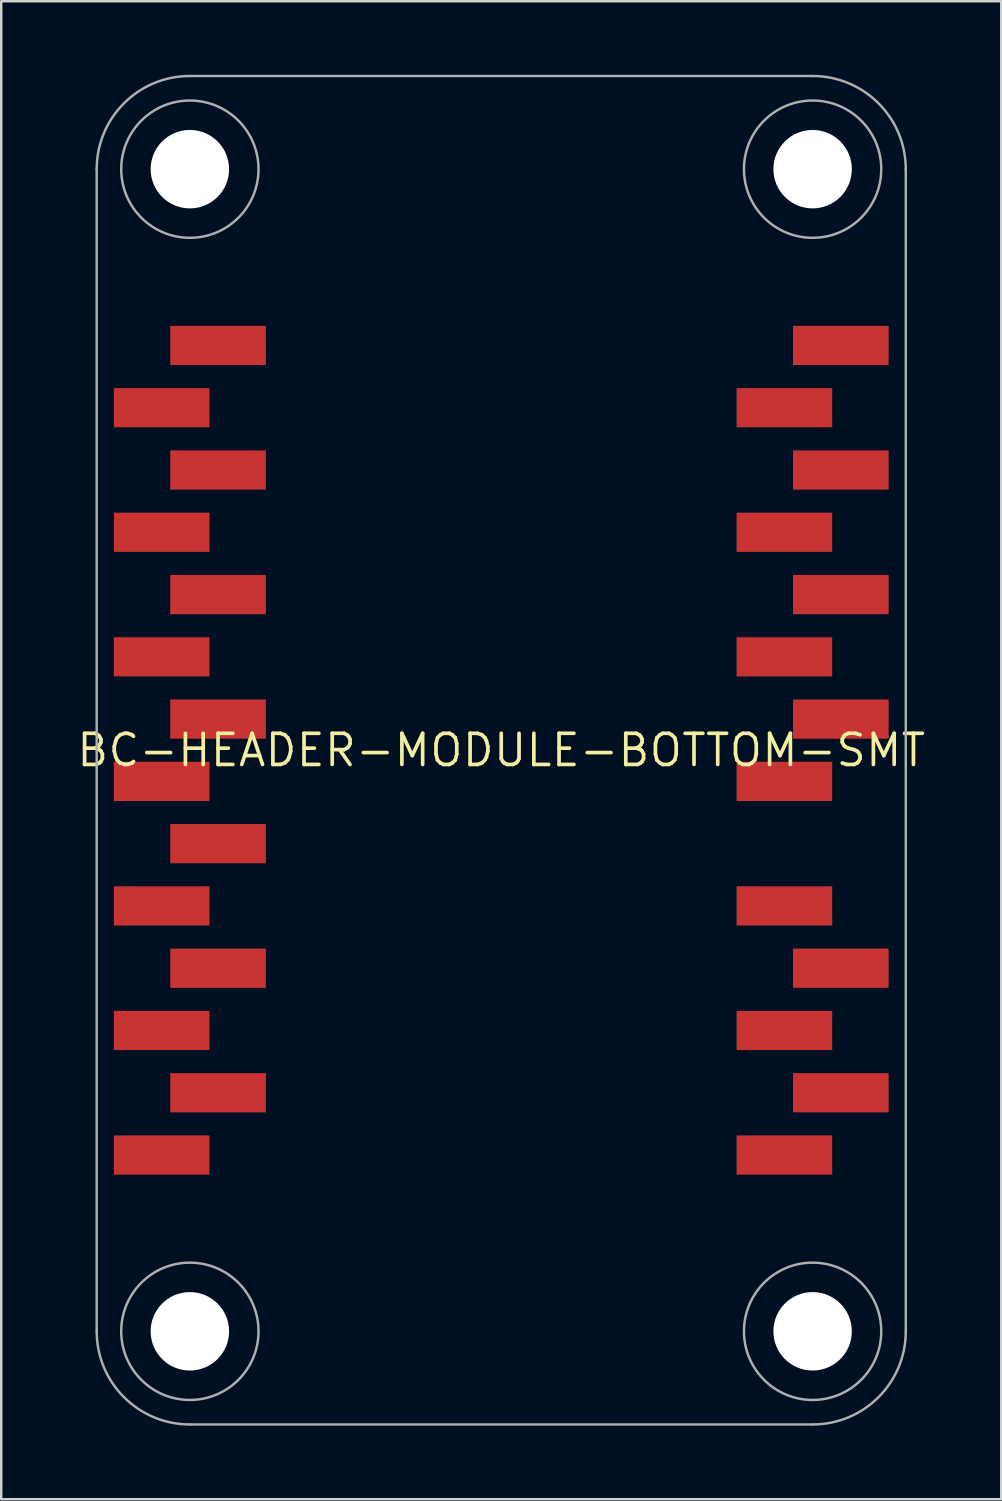
<source format=kicad_pcb>
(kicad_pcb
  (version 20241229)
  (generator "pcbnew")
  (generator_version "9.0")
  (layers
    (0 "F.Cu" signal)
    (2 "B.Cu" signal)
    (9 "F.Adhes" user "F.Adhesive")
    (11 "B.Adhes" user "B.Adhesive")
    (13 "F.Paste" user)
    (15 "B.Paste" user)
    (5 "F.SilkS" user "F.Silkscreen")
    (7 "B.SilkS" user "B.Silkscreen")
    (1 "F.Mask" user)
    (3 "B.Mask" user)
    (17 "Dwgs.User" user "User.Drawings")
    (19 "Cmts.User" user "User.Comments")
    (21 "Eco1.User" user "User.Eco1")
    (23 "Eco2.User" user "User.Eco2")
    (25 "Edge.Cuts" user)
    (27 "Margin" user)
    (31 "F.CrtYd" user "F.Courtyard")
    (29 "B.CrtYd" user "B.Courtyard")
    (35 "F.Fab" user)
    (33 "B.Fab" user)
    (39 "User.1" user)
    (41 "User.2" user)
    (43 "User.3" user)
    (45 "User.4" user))
  (footprint "BC-HEADER-MODULE-BOTTOM-SMT"
    (layer "F.Cu")
    (at 17.394 27.55)
    (property "Reference" "BC-HEADER-MODULE-BOTTOM-SMT" (at 0 0 0) (unlocked yes) (layer "F.SilkS") (effects (font (size 1.27 1.27) (thickness 0.15))))
    (fp_poly (pts (xy -11.9 -13.17) (xy -15.8 -13.17) (xy -15.8 -14.77) (xy -11.9 -14.77)) (stroke (width 0) (type default)) (fill yes) (layer "F.Cu"))
    (fp_poly (pts (xy -11.9 -8.09) (xy -15.8 -8.09) (xy -15.8 -9.69) (xy -11.9 -9.69)) (stroke (width 0) (type default)) (fill yes) (layer "F.Cu"))
    (fp_poly (pts (xy -11.9 -3.01) (xy -15.8 -3.01) (xy -15.8 -4.61) (xy -11.9 -4.61)) (stroke (width 0) (type default)) (fill yes) (layer "F.Cu"))
    (fp_poly (pts (xy -11.9 2.07) (xy -15.8 2.07) (xy -15.8 0.47) (xy -11.9 0.47)) (stroke (width 0) (type default)) (fill yes) (layer "F.Cu"))
    (fp_poly (pts (xy -11.9 7.15) (xy -15.8 7.15) (xy -15.8 5.55) (xy -11.9 5.55)) (stroke (width 0) (type default)) (fill yes) (layer "F.Cu"))
    (fp_poly (pts (xy -11.9 12.23) (xy -15.8 12.23) (xy -15.8 10.63) (xy -11.9 10.63)) (stroke (width 0) (type default)) (fill yes) (layer "F.Cu"))
    (fp_poly (pts (xy -11.9 17.31) (xy -15.8 17.31) (xy -15.8 15.71) (xy -11.9 15.71)) (stroke (width 0) (type default)) (fill yes) (layer "F.Cu"))
    (fp_poly (pts (xy -9.6 -15.71) (xy -13.5 -15.71) (xy -13.5 -17.31) (xy -9.6 -17.31)) (stroke (width 0) (type default)) (fill yes) (layer "F.Cu"))
    (fp_poly (pts (xy -9.6 -10.63) (xy -13.5 -10.63) (xy -13.5 -12.23) (xy -9.6 -12.23)) (stroke (width 0) (type default)) (fill yes) (layer "F.Cu"))
    (fp_poly (pts (xy -9.6 -5.55) (xy -13.5 -5.55) (xy -13.5 -7.15) (xy -9.6 -7.15)) (stroke (width 0) (type default)) (fill yes) (layer "F.Cu"))
    (fp_poly (pts (xy -9.6 -0.47) (xy -13.5 -0.47) (xy -13.5 -2.07) (xy -9.6 -2.07)) (stroke (width 0) (type default)) (fill yes) (layer "F.Cu"))
    (fp_poly (pts (xy -9.6 4.61) (xy -13.5 4.61) (xy -13.5 3.01) (xy -9.6 3.01)) (stroke (width 0) (type default)) (fill yes) (layer "F.Cu"))
    (fp_poly (pts (xy -9.6 9.69) (xy -13.5 9.69) (xy -13.5 8.09) (xy -9.6 8.09)) (stroke (width 0) (type default)) (fill yes) (layer "F.Cu"))
    (fp_poly (pts (xy -9.6 14.77) (xy -13.5 14.77) (xy -13.5 13.17) (xy -9.6 13.17)) (stroke (width 0) (type default)) (fill yes) (layer "F.Cu"))
    (fp_poly (pts (xy 13.5 -13.17) (xy 9.6 -13.17) (xy 9.6 -14.77) (xy 13.5 -14.77)) (stroke (width 0) (type default)) (fill yes) (layer "F.Cu"))
    (fp_poly (pts (xy 13.5 -8.09) (xy 9.6 -8.09) (xy 9.6 -9.69) (xy 13.5 -9.69)) (stroke (width 0) (type default)) (fill yes) (layer "F.Cu"))
    (fp_poly (pts (xy 13.5 -3.01) (xy 9.6 -3.01) (xy 9.6 -4.61) (xy 13.5 -4.61)) (stroke (width 0) (type default)) (fill yes) (layer "F.Cu"))
    (fp_poly (pts (xy 13.5 2.07) (xy 9.6 2.07) (xy 9.6 0.47) (xy 13.5 0.47)) (stroke (width 0) (type default)) (fill yes) (layer "F.Cu"))
    (fp_poly (pts (xy 13.5 7.15) (xy 9.6 7.15) (xy 9.6 5.55) (xy 13.5 5.55)) (stroke (width 0) (type default)) (fill yes) (layer "F.Cu"))
    (fp_poly (pts (xy 13.5 12.23) (xy 9.6 12.23) (xy 9.6 10.63) (xy 13.5 10.63)) (stroke (width 0) (type default)) (fill yes) (layer "F.Cu"))
    (fp_poly (pts (xy 13.5 17.31) (xy 9.6 17.31) (xy 9.6 15.71) (xy 13.5 15.71)) (stroke (width 0) (type default)) (fill yes) (layer "F.Cu"))
    (fp_poly (pts (xy 15.8 -15.71) (xy 11.9 -15.71) (xy 11.9 -17.31) (xy 15.8 -17.31)) (stroke (width 0) (type default)) (fill yes) (layer "F.Cu"))
    (fp_poly (pts (xy 15.8 -10.63) (xy 11.9 -10.63) (xy 11.9 -12.23) (xy 15.8 -12.23)) (stroke (width 0) (type default)) (fill yes) (layer "F.Cu"))
    (fp_poly (pts (xy 15.8 -5.55) (xy 11.9 -5.55) (xy 11.9 -7.15) (xy 15.8 -7.15)) (stroke (width 0) (type default)) (fill yes) (layer "F.Cu"))
    (fp_poly (pts (xy 15.8 -0.47) (xy 11.9 -0.47) (xy 11.9 -2.07) (xy 15.8 -2.07)) (stroke (width 0) (type default)) (fill yes) (layer "F.Cu"))
    (fp_poly (pts (xy 15.8 9.69) (xy 11.9 9.69) (xy 11.9 8.09) (xy 15.8 8.09)) (stroke (width 0) (type default)) (fill yes) (layer "F.Cu"))
    (fp_poly (pts (xy 15.8 14.77) (xy 11.9 14.77) (xy 11.9 13.17) (xy 15.8 13.17)) (stroke (width 0) (type default)) (fill yes) (layer "F.Cu"))
    (fp_poly (pts (xy -15.9 -13.07) (xy -11.8 -13.07) (xy -11.8 -14.87) (xy -15.9 -14.87)) (stroke (width 0) (type default)) (fill yes) (layer "F.Mask"))
    (fp_poly (pts (xy -15.9 -7.99) (xy -11.8 -7.99) (xy -11.8 -9.79) (xy -15.9 -9.79)) (stroke (width 0) (type default)) (fill yes) (layer "F.Mask"))
    (fp_poly (pts (xy -15.9 -2.91) (xy -11.8 -2.91) (xy -11.8 -4.71) (xy -15.9 -4.71)) (stroke (width 0) (type default)) (fill yes) (layer "F.Mask"))
    (fp_poly (pts (xy -15.9 2.17) (xy -11.8 2.17) (xy -11.8 0.37) (xy -15.9 0.37)) (stroke (width 0) (type default)) (fill yes) (layer "F.Mask"))
    (fp_poly (pts (xy -15.9 7.25) (xy -11.8 7.25) (xy -11.8 5.45) (xy -15.9 5.45)) (stroke (width 0) (type default)) (fill yes) (layer "F.Mask"))
    (fp_poly (pts (xy -15.9 12.33) (xy -11.8 12.33) (xy -11.8 10.53) (xy -15.9 10.53)) (stroke (width 0) (type default)) (fill yes) (layer "F.Mask"))
    (fp_poly (pts (xy -15.9 17.41) (xy -11.8 17.41) (xy -11.8 15.61) (xy -15.9 15.61)) (stroke (width 0) (type default)) (fill yes) (layer "F.Mask"))
    (fp_poly (pts (xy -9.5 -17.41) (xy -13.6 -17.41) (xy -13.6 -15.61) (xy -9.5 -15.61)) (stroke (width 0) (type default)) (fill yes) (layer "F.Mask"))
    (fp_poly (pts (xy -9.5 -12.33) (xy -13.6 -12.33) (xy -13.6 -10.53) (xy -9.5 -10.53)) (stroke (width 0) (type default)) (fill yes) (layer "F.Mask"))
    (fp_poly (pts (xy -9.5 -7.25) (xy -13.6 -7.25) (xy -13.6 -5.45) (xy -9.5 -5.45)) (stroke (width 0) (type default)) (fill yes) (layer "F.Mask"))
    (fp_poly (pts (xy -9.5 -2.17) (xy -13.6 -2.17) (xy -13.6 -0.37) (xy -9.5 -0.37)) (stroke (width 0) (type default)) (fill yes) (layer "F.Mask"))
    (fp_poly (pts (xy -9.5 2.91) (xy -13.6 2.91) (xy -13.6 4.71) (xy -9.5 4.71)) (stroke (width 0) (type default)) (fill yes) (layer "F.Mask"))
    (fp_poly (pts (xy -9.5 7.99) (xy -13.6 7.99) (xy -13.6 9.79) (xy -9.5 9.79)) (stroke (width 0) (type default)) (fill yes) (layer "F.Mask"))
    (fp_poly (pts (xy -9.5 13.07) (xy -13.6 13.07) (xy -13.6 14.87) (xy -9.5 14.87)) (stroke (width 0) (type default)) (fill yes) (layer "F.Mask"))
    (fp_poly (pts (xy 9.5 -13.07) (xy 13.6 -13.07) (xy 13.6 -14.87) (xy 9.5 -14.87)) (stroke (width 0) (type default)) (fill yes) (layer "F.Mask"))
    (fp_poly (pts (xy 9.5 -7.99) (xy 13.6 -7.99) (xy 13.6 -9.79) (xy 9.5 -9.79)) (stroke (width 0) (type default)) (fill yes) (layer "F.Mask"))
    (fp_poly (pts (xy 9.5 -2.91) (xy 13.6 -2.91) (xy 13.6 -4.71) (xy 9.5 -4.71)) (stroke (width 0) (type default)) (fill yes) (layer "F.Mask"))
    (fp_poly (pts (xy 9.5 2.17) (xy 13.6 2.17) (xy 13.6 0.37) (xy 9.5 0.37)) (stroke (width 0) (type default)) (fill yes) (layer "F.Mask"))
    (fp_poly (pts (xy 9.5 7.25) (xy 13.6 7.25) (xy 13.6 5.45) (xy 9.5 5.45)) (stroke (width 0) (type default)) (fill yes) (layer "F.Mask"))
    (fp_poly (pts (xy 9.5 12.33) (xy 13.6 12.33) (xy 13.6 10.53) (xy 9.5 10.53)) (stroke (width 0) (type default)) (fill yes) (layer "F.Mask"))
    (fp_poly (pts (xy 9.5 17.41) (xy 13.6 17.41) (xy 13.6 15.61) (xy 9.5 15.61)) (stroke (width 0) (type default)) (fill yes) (layer "F.Mask"))
    (fp_poly (pts (xy 15.9 -17.41) (xy 11.8 -17.41) (xy 11.8 -15.61) (xy 15.9 -15.61)) (stroke (width 0) (type default)) (fill yes) (layer "F.Mask"))
    (fp_poly (pts (xy 15.9 -12.33) (xy 11.8 -12.33) (xy 11.8 -10.53) (xy 15.9 -10.53)) (stroke (width 0) (type default)) (fill yes) (layer "F.Mask"))
    (fp_poly (pts (xy 15.9 -7.25) (xy 11.8 -7.25) (xy 11.8 -5.45) (xy 15.9 -5.45)) (stroke (width 0) (type default)) (fill yes) (layer "F.Mask"))
    (fp_poly (pts (xy 15.9 -2.17) (xy 11.8 -2.17) (xy 11.8 -0.37) (xy 15.9 -0.37)) (stroke (width 0) (type default)) (fill yes) (layer "F.Mask"))
    (fp_poly (pts (xy 15.9 7.99) (xy 11.8 7.99) (xy 11.8 9.79) (xy 15.9 9.79)) (stroke (width 0) (type default)) (fill yes) (layer "F.Mask"))
    (fp_poly (pts (xy 15.9 13.07) (xy 11.8 13.07) (xy 11.8 14.87) (xy 15.9 14.87)) (stroke (width 0) (type default)) (fill yes) (layer "F.Mask"))
    (fp_poly (pts (xy -15.7 -13.32) (xy -13.6 -13.32) (xy -13.6 -14.62) (xy -15.7 -14.62)) (stroke (width 0) (type default)) (fill yes) (layer "F.Paste"))
    (fp_poly (pts (xy -15.7 -8.24) (xy -13.6 -8.24) (xy -13.6 -9.54) (xy -15.7 -9.54)) (stroke (width 0) (type default)) (fill yes) (layer "F.Paste"))
    (fp_poly (pts (xy -15.7 -3.16) (xy -13.6 -3.16) (xy -13.6 -4.46) (xy -15.7 -4.46)) (stroke (width 0) (type default)) (fill yes) (layer "F.Paste"))
    (fp_poly (pts (xy -15.7 1.92) (xy -13.6 1.92) (xy -13.6 0.62) (xy -15.7 0.62)) (stroke (width 0) (type default)) (fill yes) (layer "F.Paste"))
    (fp_poly (pts (xy -15.7 7) (xy -13.6 7) (xy -13.6 5.7) (xy -15.7 5.7)) (stroke (width 0) (type default)) (fill yes) (layer "F.Paste"))
    (fp_poly (pts (xy -13.6 10.78) (xy -15.7 10.78) (xy -15.7 12.08) (xy -13.6 12.08)) (stroke (width 0) (type default)) (fill yes) (layer "F.Paste"))
    (fp_poly (pts (xy -13.6 15.86) (xy -15.7 15.86) (xy -15.7 17.16) (xy -13.6 17.16)) (stroke (width 0) (type default)) (fill yes) (layer "F.Paste"))
    (fp_poly (pts (xy -11.8 -10.78) (xy -9.7 -10.78) (xy -9.7 -12.08) (xy -11.8 -12.08)) (stroke (width 0) (type default)) (fill yes) (layer "F.Paste"))
    (fp_poly (pts (xy -11.8 -5.7) (xy -9.7 -5.7) (xy -9.7 -7) (xy -11.8 -7)) (stroke (width 0) (type default)) (fill yes) (layer "F.Paste"))
    (fp_poly (pts (xy -11.8 -0.62) (xy -9.7 -0.62) (xy -9.7 -1.92) (xy -11.8 -1.92)) (stroke (width 0) (type default)) (fill yes) (layer "F.Paste"))
    (fp_poly (pts (xy -11.8 4.46) (xy -9.7 4.46) (xy -9.7 3.16) (xy -11.8 3.16)) (stroke (width 0) (type default)) (fill yes) (layer "F.Paste"))
    (fp_poly (pts (xy -11.8 9.54) (xy -9.7 9.54) (xy -9.7 8.24) (xy -11.8 8.24)) (stroke (width 0) (type default)) (fill yes) (layer "F.Paste"))
    (fp_poly (pts (xy -11.8 14.62) (xy -9.7 14.62) (xy -9.7 13.32) (xy -11.8 13.32)) (stroke (width 0) (type default)) (fill yes) (layer "F.Paste"))
    (fp_poly (pts (xy -9.7 -17.16) (xy -11.8 -17.16) (xy -11.8 -15.86) (xy -9.7 -15.86)) (stroke (width 0) (type default)) (fill yes) (layer "F.Paste"))
    (fp_poly (pts (xy 9.7 -13.32) (xy 11.8 -13.32) (xy 11.8 -14.62) (xy 9.7 -14.62)) (stroke (width 0) (type default)) (fill yes) (layer "F.Paste"))
    (fp_poly (pts (xy 9.7 -8.24) (xy 11.8 -8.24) (xy 11.8 -9.54) (xy 9.7 -9.54)) (stroke (width 0) (type default)) (fill yes) (layer "F.Paste"))
    (fp_poly (pts (xy 9.7 -3.16) (xy 11.8 -3.16) (xy 11.8 -4.46) (xy 9.7 -4.46)) (stroke (width 0) (type default)) (fill yes) (layer "F.Paste"))
    (fp_poly (pts (xy 9.7 1.92) (xy 11.8 1.92) (xy 11.8 0.62) (xy 9.7 0.62)) (stroke (width 0) (type default)) (fill yes) (layer "F.Paste"))
    (fp_poly (pts (xy 9.7 7) (xy 11.8 7) (xy 11.8 5.7) (xy 9.7 5.7)) (stroke (width 0) (type default)) (fill yes) (layer "F.Paste"))
    (fp_poly (pts (xy 11.8 10.78) (xy 9.7 10.78) (xy 9.7 12.08) (xy 11.8 12.08)) (stroke (width 0) (type default)) (fill yes) (layer "F.Paste"))
    (fp_poly (pts (xy 11.8 15.86) (xy 9.7 15.86) (xy 9.7 17.16) (xy 11.8 17.16)) (stroke (width 0) (type default)) (fill yes) (layer "F.Paste"))
    (fp_poly (pts (xy 13.6 -10.78) (xy 15.7 -10.78) (xy 15.7 -12.08) (xy 13.6 -12.08)) (stroke (width 0) (type default)) (fill yes) (layer "F.Paste"))
    (fp_poly (pts (xy 13.6 -5.7) (xy 15.7 -5.7) (xy 15.7 -7) (xy 13.6 -7)) (stroke (width 0) (type default)) (fill yes) (layer "F.Paste"))
    (fp_poly (pts (xy 13.6 -0.62) (xy 15.7 -0.62) (xy 15.7 -1.92) (xy 13.6 -1.92)) (stroke (width 0) (type default)) (fill yes) (layer "F.Paste"))
    (fp_poly (pts (xy 13.6 9.54) (xy 15.7 9.54) (xy 15.7 8.24) (xy 13.6 8.24)) (stroke (width 0) (type default)) (fill yes) (layer "F.Paste"))
    (fp_poly (pts (xy 13.6 14.62) (xy 15.7 14.62) (xy 15.7 13.32) (xy 13.6 13.32)) (stroke (width 0) (type default)) (fill yes) (layer "F.Paste"))
    (fp_poly (pts (xy 15.7 -17.16) (xy 13.6 -17.16) (xy 13.6 -15.86) (xy 15.7 -15.86)) (stroke (width 0) (type default)) (fill yes) (layer "F.Paste"))
    (fp_line (start -16.5 23.7) (end -16.5 -23.7) (stroke (width 0.1) (type solid)) (layer "F.Fab"))
    (fp_line (start -12.7 -27.5) (end 12.7 -27.5) (stroke (width 0.1) (type solid)) (layer "F.Fab"))
    (fp_line (start 12.7 27.5) (end -12.7 27.5) (stroke (width 0.1) (type solid)) (layer "F.Fab"))
    (fp_line (start 16.5 -23.7) (end 16.5 23.7) (stroke (width 0.1) (type solid)) (layer "F.Fab"))
    (fp_arc (start -16.5 -23.7) (mid -15.387006 -26.387006) (end -12.7 -27.5) (stroke (width 0.1) (type solid)) (layer "F.Fab"))
    (fp_arc (start -12.7 27.5) (mid -15.387006 26.387006) (end -16.5 23.7) (stroke (width 0.1) (type solid)) (layer "F.Fab"))
    (fp_arc (start 12.7 -27.5) (mid 15.387006 -26.387006) (end 16.5 -23.7) (stroke (width 0.1) (type solid)) (layer "F.Fab"))
    (fp_arc (start 16.5 23.7) (mid 15.387006 26.387006) (end 12.7 27.5) (stroke (width 0.1) (type solid)) (layer "F.Fab"))
    (fp_circle (center -12.7 -23.7) (end -9.9 -23.7) (stroke (width 0.1) (type solid)) (fill no) (layer "F.Fab"))
    (fp_circle (center -12.7 23.7) (end -9.9 23.7) (stroke (width 0.1) (type solid)) (fill no) (layer "F.Fab"))
    (fp_circle (center 12.7 -23.7) (end 15.5 -23.7) (stroke (width 0.1) (type solid)) (fill no) (layer "F.Fab"))
    (fp_circle (center 12.7 23.7) (end 15.5 23.7) (stroke (width 0.1) (type solid)) (fill no) (layer "F.Fab"))
    (pad "" np_thru_hole circle (at -12.7 -23.7) (size 3.2 3.2) (drill 3.2) (layers "*.Cu" "*.Mask"))
    (pad "" np_thru_hole circle (at -12.7 23.7) (size 3.2 3.2) (drill 3.2) (layers "*.Cu" "*.Mask"))
    (pad "" np_thru_hole circle (at 12.7 -23.7) (size 3.2 3.2) (drill 3.2) (layers "*.Cu" "*.Mask"))
    (pad "" np_thru_hole circle (at 12.7 23.7) (size 3.2 3.2) (drill 3.2) (layers "*.Cu" "*.Mask"))
    (pad "1" smd roundrect (at -12.7 -16.51) (size 1 1) (layers "F.Cu") (roundrect_rratio 0.5))
    (pad "2" smd roundrect (at -12.7 -13.97) (size 1 1) (layers "F.Cu") (roundrect_rratio 0.5))
    (pad "3" smd roundrect (at -12.7 -11.43) (size 1 1) (layers "F.Cu") (roundrect_rratio 0.5))
    (pad "4" smd roundrect (at -12.7 -8.89) (size 1 1) (layers "F.Cu") (roundrect_rratio 0.5))
    (pad "5" smd roundrect (at -12.7 -6.35) (size 1 1) (layers "F.Cu") (roundrect_rratio 0.5))
    (pad "6" smd roundrect (at -12.7 -3.81) (size 1 1) (layers "F.Cu") (roundrect_rratio 0.5))
    (pad "7" smd roundrect (at -12.7 -1.27) (size 1 1) (layers "F.Cu") (roundrect_rratio 0.5))
    (pad "8" smd roundrect (at -12.7 1.27) (size 1 1) (layers "F.Cu") (roundrect_rratio 0.5))
    (pad "9" smd roundrect (at -12.7 3.81) (size 1 1) (layers "F.Cu") (roundrect_rratio 0.5))
    (pad "10" smd roundrect (at -12.7 6.35) (size 1 1) (layers "F.Cu") (roundrect_rratio 0.5))
    (pad "11" smd roundrect (at -12.7 8.89) (size 1 1) (layers "F.Cu") (roundrect_rratio 0.5))
    (pad "12" smd roundrect (at -12.7 11.43) (size 1 1) (layers "F.Cu") (roundrect_rratio 0.5))
    (pad "13" smd roundrect (at -12.7 13.97) (size 1 1) (layers "F.Cu") (roundrect_rratio 0.5))
    (pad "14" smd roundrect (at -12.7 16.51) (size 1 1) (layers "F.Cu") (roundrect_rratio 0.5))
    (pad "15" smd roundrect (at 12.7 16.51) (size 1 1) (layers "F.Cu") (roundrect_rratio 0.5))
    (pad "16" smd roundrect (at 12.7 13.97) (size 1 1) (layers "F.Cu") (roundrect_rratio 0.5))
    (pad "17" smd roundrect (at 12.7 11.43) (size 1 1) (layers "F.Cu") (roundrect_rratio 0.5))
    (pad "18" smd roundrect (at 12.7 8.89) (size 1 1) (layers "F.Cu") (roundrect_rratio 0.5))
    (pad "19" smd roundrect (at 12.7 6.35) (size 1 1) (layers "F.Cu") (roundrect_rratio 0.5))
    (pad "21" smd roundrect (at 12.7 1.27) (size 1 1) (layers "F.Cu") (roundrect_rratio 0.5))
    (pad "22" smd roundrect (at 12.7 -1.27) (size 1 1) (layers "F.Cu") (roundrect_rratio 0.5))
    (pad "23" smd roundrect (at 12.7 -3.81) (size 1 1) (layers "F.Cu") (roundrect_rratio 0.5))
    (pad "24" smd roundrect (at 12.7 -6.35) (size 1 1) (layers "F.Cu") (roundrect_rratio 0.5))
    (pad "25" smd roundrect (at 12.7 -8.89) (size 1 1) (layers "F.Cu") (roundrect_rratio 0.5))
    (pad "26" smd roundrect (at 12.7 -11.43) (size 1 1) (layers "F.Cu") (roundrect_rratio 0.5))
    (pad "27" smd roundrect (at 12.7 -13.97) (size 1 1) (layers "F.Cu") (roundrect_rratio 0.5))
    (pad "28" smd roundrect (at 12.7 -16.51) (size 1 1) (layers "F.Cu") (roundrect_rratio 0.5))
    (zone (net_name "") (layer "F.Cu") (hatch edge 0.5) (connect_pads) (min_thickness 0.25) (filled_areas_thickness no) (keepout (tracks not_allowed) (vias not_allowed) (pads not_allowed) (copperpour not_allowed) (footprints allowed)) (placement (enabled no)) (fill) (polygon (pts (xy 0.994 48.15) (xy 4.694 48.15) (xy 5.041 48.169) (xy 5.384 48.228) (xy 5.718 48.324) (xy 6.039 48.457) (xy 6.343 48.625) (xy 6.627 48.826) (xy 6.886 49.058) (xy 7.118 49.317) (xy 7.319 49.601) (xy 7.487 49.905) (xy 7.62 50.226) (xy 7.716 50.56) (xy 7.794 51.25) (xy 7.794 54.95) (xy 4.694 54.95) (xy 4.307 54.93) (xy 3.925 54.869) (xy 3.551 54.769) (xy 3.189 54.63) (xy 2.844 54.454) (xy 2.519 54.243) (xy 2.218 54) (xy 1.945 53.726) (xy 1.701 53.425) (xy 1.49 53.1) (xy 1.314 52.755) (xy 1.175 52.393) (xy 1.075 52.019) (xy 0.994 51.25))))
    (zone (net_name "") (layer "F.Cu") (hatch edge 0.5) (connect_pads) (min_thickness 0.25) (filled_areas_thickness no) (keepout (tracks not_allowed) (vias not_allowed) (pads not_allowed) (copperpour not_allowed) (footprints allowed)) (placement (enabled no)) (fill) (polygon (pts (xy 7.794 0.15) (xy 7.794 3.85) (xy 7.775 4.197) (xy 7.716 4.54) (xy 7.62 4.874) (xy 7.487 5.195) (xy 7.319 5.499) (xy 7.118 5.783) (xy 6.886 6.042) (xy 6.627 6.274) (xy 6.343 6.475) (xy 6.039 6.643) (xy 5.718 6.776) (xy 5.384 6.872) (xy 4.694 6.95) (xy 0.994 6.95) (xy 0.994 3.85) (xy 1.014 3.463) (xy 1.075 3.081) (xy 1.175 2.707) (xy 1.314 2.345) (xy 1.49 2) (xy 1.701 1.675) (xy 1.945 1.374) (xy 2.218 1.1) (xy 2.519 0.857) (xy 2.844 0.646) (xy 3.189 0.47) (xy 3.551 0.331) (xy 3.925 0.231) (xy 4.694 0.15))))
    (zone (net_name "") (layer "F.Cu") (hatch edge 0.5) (connect_pads) (min_thickness 0.25) (filled_areas_thickness no) (keepout (tracks not_allowed) (vias not_allowed) (pads not_allowed) (copperpour not_allowed) (footprints allowed)) (placement (enabled no)) (fill) (polygon (pts (xy 26.994 54.95) (xy 26.994 51.25) (xy 27.014 50.903) (xy 27.072 50.56) (xy 27.168 50.226) (xy 27.301 49.905) (xy 27.469 49.601) (xy 27.671 49.317) (xy 27.902 49.058) (xy 28.161 48.826) (xy 28.445 48.625) (xy 28.749 48.457) (xy 29.07 48.324) (xy 29.404 48.228) (xy 30.094 48.15) (xy 33.794 48.15) (xy 33.794 51.25) (xy 33.774 51.637) (xy 33.713 52.019) (xy 33.613 52.393) (xy 33.474 52.755) (xy 33.298 53.1) (xy 33.088 53.425) (xy 32.844 53.726) (xy 32.57 54) (xy 32.269 54.243) (xy 31.944 54.454) (xy 31.599 54.63) (xy 31.238 54.769) (xy 30.863 54.869) (xy 30.481 54.93) (xy 30.094 54.95))))
    (zone (net_name "") (layer "F.Cu") (hatch edge 0.5) (connect_pads) (min_thickness 0.25) (filled_areas_thickness no) (keepout (tracks not_allowed) (vias not_allowed) (pads not_allowed) (copperpour not_allowed) (footprints allowed)) (placement (enabled no)) (fill) (polygon (pts (xy 33.794 6.95) (xy 30.094 6.95) (xy 29.747 6.931) (xy 29.404 6.872) (xy 29.07 6.776) (xy 28.749 6.643) (xy 28.445 6.475) (xy 28.161 6.274) (xy 27.902 6.042) (xy 27.671 5.783) (xy 27.469 5.499) (xy 27.301 5.195) (xy 27.168 4.874) (xy 27.072 4.54) (xy 26.994 3.85) (xy 26.994 0.15) (xy 30.094 0.15) (xy 30.481 0.17) (xy 30.863 0.231) (xy 31.238 0.331) (xy 31.599 0.47) (xy 31.944 0.646) (xy 32.269 0.857) (xy 32.57 1.1) (xy 32.844 1.374) (xy 33.088 1.675) (xy 33.298 2) (xy 33.474 2.345) (xy 33.613 2.707) (xy 33.713 3.081) (xy 33.774 3.463) (xy 33.794 3.85))))
    (zone (net_name "") (layer "B.Cu") (hatch edge 0.5) (connect_pads) (min_thickness 0.25) (filled_areas_thickness no) (keepout (tracks not_allowed) (vias not_allowed) (pads not_allowed) (copperpour not_allowed) (footprints allowed)) (placement (enabled no)) (fill) (polygon (pts (xy 0.994 48.15) (xy 4.694 48.15) (xy 5.041 48.169) (xy 5.384 48.228) (xy 5.718 48.324) (xy 6.039 48.457) (xy 6.343 48.625) (xy 6.627 48.826) (xy 6.886 49.058) (xy 7.118 49.317) (xy 7.319 49.601) (xy 7.487 49.905) (xy 7.62 50.226) (xy 7.716 50.56) (xy 7.794 51.25) (xy 7.794 54.95) (xy 4.694 54.95) (xy 4.307 54.93) (xy 3.925 54.869) (xy 3.551 54.769) (xy 3.189 54.63) (xy 2.844 54.454) (xy 2.519 54.243) (xy 2.218 54) (xy 1.945 53.726) (xy 1.701 53.425) (xy 1.49 53.1) (xy 1.314 52.755) (xy 1.175 52.393) (xy 1.075 52.019) (xy 0.994 51.25))))
    (zone (net_name "") (layer "B.Cu") (hatch edge 0.5) (connect_pads) (min_thickness 0.25) (filled_areas_thickness no) (keepout (tracks not_allowed) (vias not_allowed) (pads not_allowed) (copperpour not_allowed) (footprints allowed)) (placement (enabled no)) (fill) (polygon (pts (xy 7.794 0.15) (xy 7.794 3.85) (xy 7.775 4.197) (xy 7.716 4.54) (xy 7.62 4.874) (xy 7.487 5.195) (xy 7.319 5.499) (xy 7.118 5.783) (xy 6.886 6.042) (xy 6.627 6.274) (xy 6.343 6.475) (xy 6.039 6.643) (xy 5.718 6.776) (xy 5.384 6.872) (xy 4.694 6.95) (xy 0.994 6.95) (xy 0.994 3.85) (xy 1.014 3.463) (xy 1.075 3.081) (xy 1.175 2.707) (xy 1.314 2.345) (xy 1.49 2) (xy 1.701 1.675) (xy 1.945 1.374) (xy 2.218 1.1) (xy 2.519 0.857) (xy 2.844 0.646) (xy 3.189 0.47) (xy 3.551 0.331) (xy 3.925 0.231) (xy 4.694 0.15))))
    (zone (net_name "") (layer "B.Cu") (hatch edge 0.5) (connect_pads) (min_thickness 0.25) (filled_areas_thickness no) (keepout (tracks not_allowed) (vias not_allowed) (pads not_allowed) (copperpour not_allowed) (footprints allowed)) (placement (enabled no)) (fill) (polygon (pts (xy 26.994 54.95) (xy 26.994 51.25) (xy 27.014 50.903) (xy 27.072 50.56) (xy 27.168 50.226) (xy 27.301 49.905) (xy 27.469 49.601) (xy 27.671 49.317) (xy 27.902 49.058) (xy 28.161 48.826) (xy 28.445 48.625) (xy 28.749 48.457) (xy 29.07 48.324) (xy 29.404 48.228) (xy 30.094 48.15) (xy 33.794 48.15) (xy 33.794 51.25) (xy 33.774 51.637) (xy 33.713 52.019) (xy 33.613 52.393) (xy 33.474 52.755) (xy 33.298 53.1) (xy 33.088 53.425) (xy 32.844 53.726) (xy 32.57 54) (xy 32.269 54.243) (xy 31.944 54.454) (xy 31.599 54.63) (xy 31.238 54.769) (xy 30.863 54.869) (xy 30.481 54.93) (xy 30.094 54.95))))
    (zone (net_name "") (layer "B.Cu") (hatch edge 0.5) (connect_pads) (min_thickness 0.25) (filled_areas_thickness no) (keepout (tracks not_allowed) (vias not_allowed) (pads not_allowed) (copperpour not_allowed) (footprints allowed)) (placement (enabled no)) (fill) (polygon (pts (xy 33.794 6.95) (xy 30.094 6.95) (xy 29.747 6.931) (xy 29.404 6.872) (xy 29.07 6.776) (xy 28.749 6.643) (xy 28.445 6.475) (xy 28.161 6.274) (xy 27.902 6.042) (xy 27.671 5.783) (xy 27.469 5.499) (xy 27.301 5.195) (xy 27.168 4.874) (xy 27.072 4.54) (xy 26.994 3.85) (xy 26.994 0.15) (xy 30.094 0.15) (xy 30.481 0.17) (xy 30.863 0.231) (xy 31.238 0.331) (xy 31.599 0.47) (xy 31.944 0.646) (xy 32.269 0.857) (xy 32.57 1.1) (xy 32.844 1.374) (xy 33.088 1.675) (xy 33.298 2) (xy 33.474 2.345) (xy 33.613 2.707) (xy 33.713 3.081) (xy 33.774 3.463) (xy 33.794 3.85)))))
  (gr_rect
    (start -3 -3)
    (end 37.788 58.1)
    (stroke (width 0.1) (type default))
    (fill no)
    (layer "Edge.Cuts")))
</source>
